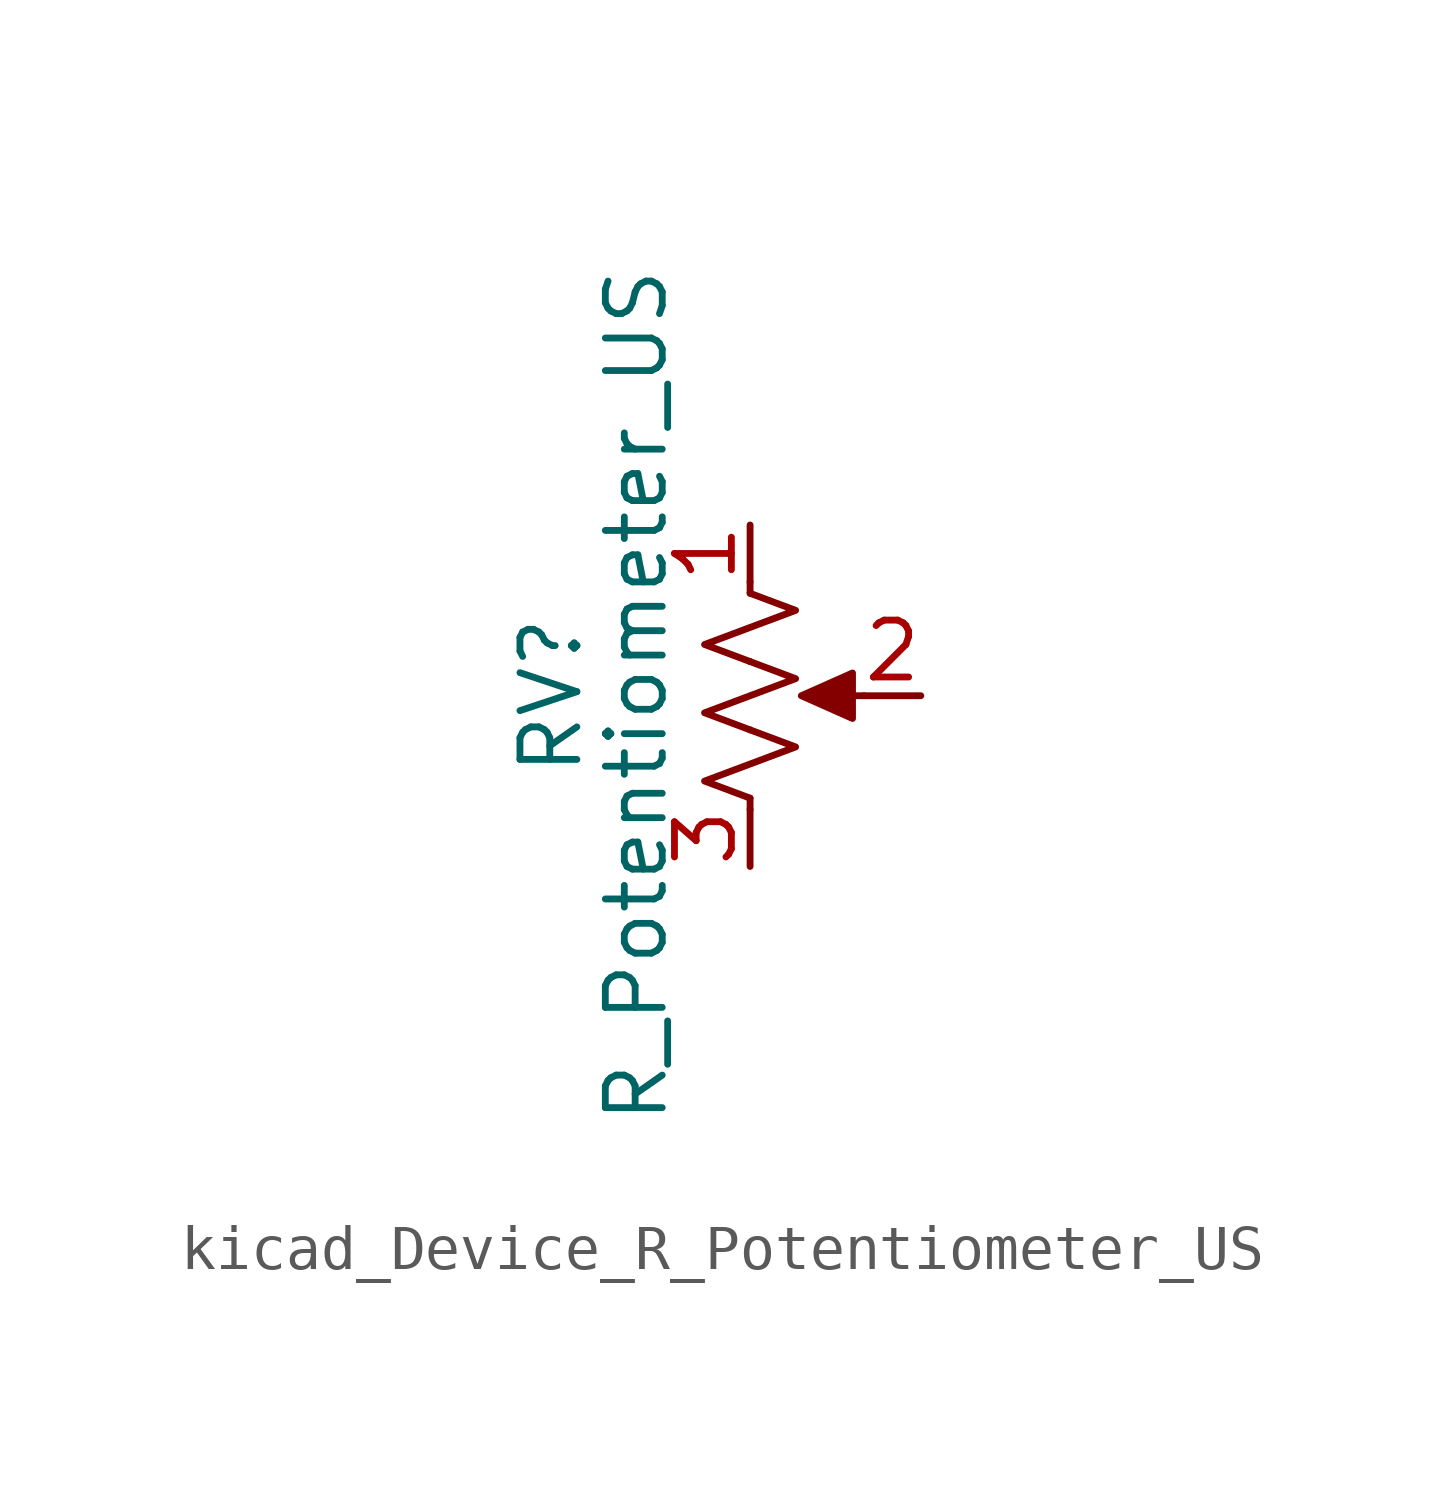
<source format=kicad_sym>
(kicad_symbol_lib
  (version 20220914)
  (generator kicad_symbol_editor)
  (symbol "kicad_Device_R_Potentiometer_US"
    (pin_names
      (offset 1.016) hide)
    (property "Reference" "RV"
      (at -4.445 0 90)
      (effects (font (size 1.27 1.27))))
    (property "Value" "R_Potentiometer_US"
      (at -2.54 0 90)
      (effects (font (size 1.27 1.27))))
    (symbol "kicad_Device_R_Potentiometer_US_0_1"
      (polyline (pts (xy 0 -2.286) (xy 0 -2.54)) (stroke (width 0) (type default)) (fill (type none)))
      (polyline (pts (xy 0 2.54) (xy 0 2.286)) (stroke (width 0) (type default)) (fill (type none)))
      (polyline (pts (xy 2.54 0) (xy 1.524 0)) (stroke (width 0) (type default)) (fill (type none)))
      (polyline (pts (xy 1.143 0) (xy 2.286 0.508) (xy 2.286 -0.508) (xy 1.143 0)) (stroke (width 0) (type default)) (fill (type outline)))
      (polyline (pts (xy 0 -0.762) (xy 1.016 -1.143) (xy 0 -1.524) (xy -1.016 -1.905) (xy 0 -2.286)) (stroke (width 0) (type default)) (fill (type none)))
      (polyline (pts (xy 0 0.762) (xy 1.016 0.381) (xy 0 0) (xy -1.016 -0.381) (xy 0 -0.762)) (stroke (width 0) (type default)) (fill (type none)))
      (polyline (pts (xy 0 2.286) (xy 1.016 1.905) (xy 0 1.524) (xy -1.016 1.143) (xy 0 0.762)) (stroke (width 0) (type default)) (fill (type none))))
    (symbol "kicad_Device_R_Potentiometer_US_1_1"
      (pin passive line (at 0 3.81 270) (length 1.27) (name "1" (effects (font (size 1.27 1.27)))) (number "1" (effects (font (size 1.27 1.27)))))
      (pin passive line (at 3.81 0 180) (length 1.27) (name "2" (effects (font (size 1.27 1.27)))) (number "2" (effects (font (size 1.27 1.27)))))
      (pin passive line (at 0 -3.81 90) (length 1.27) (name "3" (effects (font (size 1.27 1.27)))) (number "3" (effects (font (size 1.27 1.27))))))))
</source>
